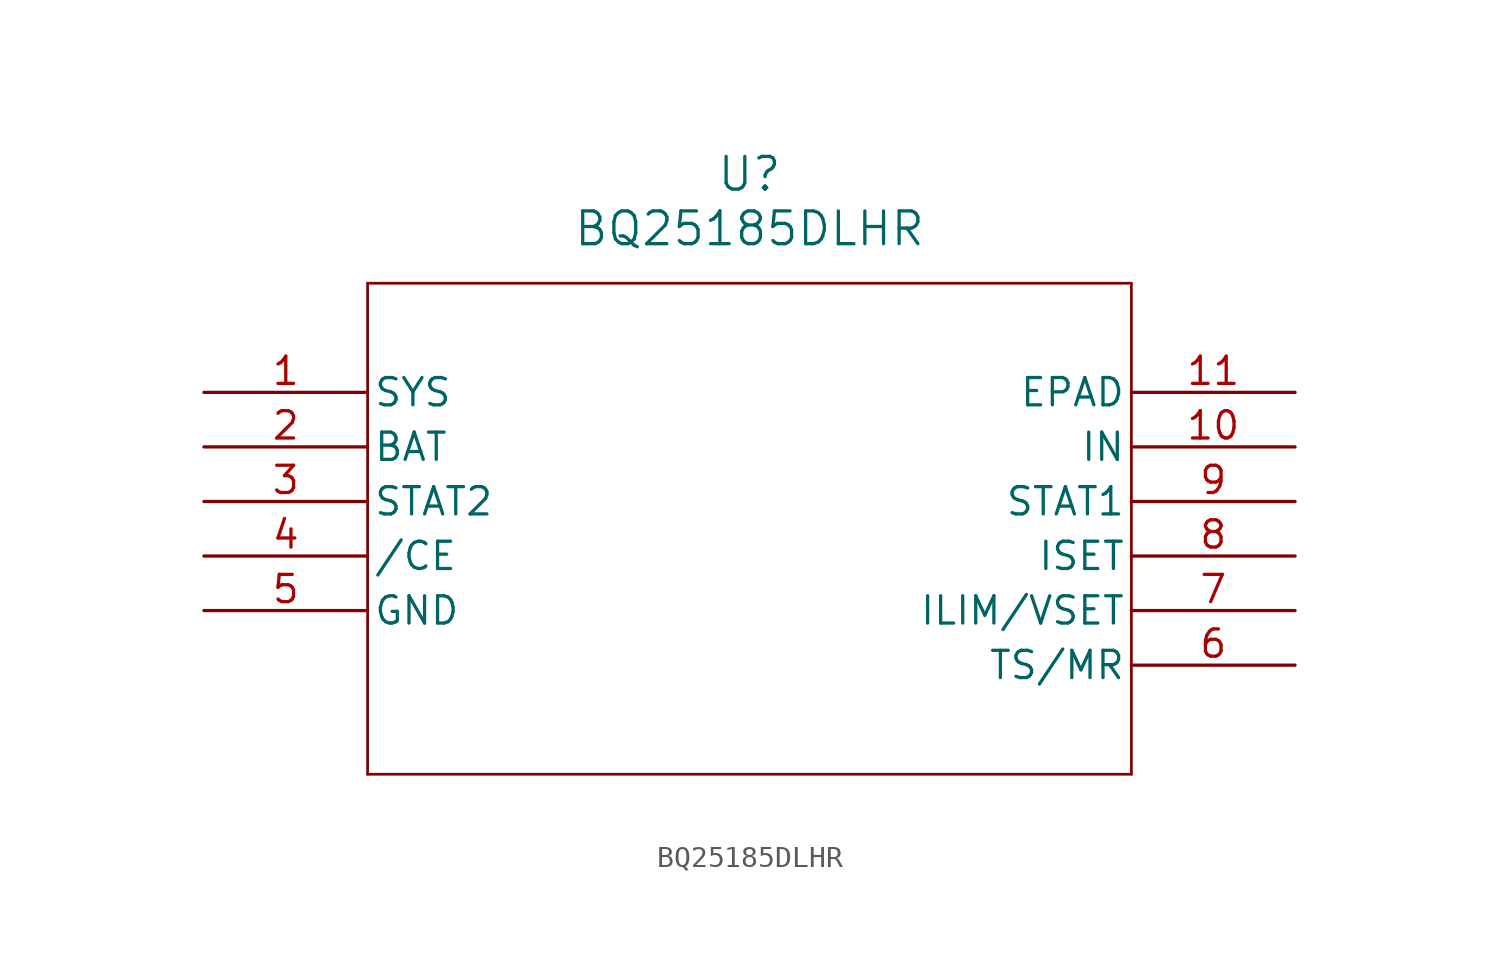
<source format=kicad_sym>
(kicad_symbol_lib
  (version 20241209)
  (generator "kicad_symbol_editor")
  (generator_version "9.0")
  (symbol "BQ25185DLHR"
    (pin_names
      (offset 0.254))
    (property "Reference" "U"
      (at 25.4 10.16 0)
      (effects (font (size 1.524 1.524))))
    (property "Value" "BQ25185DLHR"
      (at 25.4 7.62 0)
      (effects (font (size 1.524 1.524))))
    (property "ki_locked" ""
      (at 0 0 0)
      (effects (font (size 1.27 1.27))))
    (symbol "BQ25185DLHR_0_1"
      (polyline (pts (xy 7.62 5.08) (xy 7.62 -17.78)) (stroke (width 0.127) (type default)) (fill (type none)))
      (polyline (pts (xy 7.62 -17.78) (xy 43.18 -17.78)) (stroke (width 0.127) (type default)) (fill (type none)))
      (polyline (pts (xy 43.18 5.08) (xy 7.62 5.08)) (stroke (width 0.127) (type default)) (fill (type none)))
      (polyline (pts (xy 43.18 -17.78) (xy 43.18 5.08)) (stroke (width 0.127) (type default)) (fill (type none)))
      (pin power_in line (at 0 0 0) (length 7.62) (name "SYS" (effects (font (size 1.27 1.27)))) (number "1" (effects (font (size 1.27 1.27)))))
      (pin power_in line (at 0 -2.54 0) (length 7.62) (name "BAT" (effects (font (size 1.27 1.27)))) (number "2" (effects (font (size 1.27 1.27)))))
      (pin output line (at 0 -5.08 0) (length 7.62) (name "STAT2" (effects (font (size 1.27 1.27)))) (number "3" (effects (font (size 1.27 1.27)))))
      (pin input line (at 0 -7.62 0) (length 7.62) (name "/CE" (effects (font (size 1.27 1.27)))) (number "4" (effects (font (size 1.27 1.27)))))
      (pin power_out line (at 0 -10.16 0) (length 7.62) (name "GND" (effects (font (size 1.27 1.27)))) (number "5" (effects (font (size 1.27 1.27)))))
      (pin unspecified line (at 50.8 0 180) (length 7.62) (name "EPAD" (effects (font (size 1.27 1.27)))) (number "11" (effects (font (size 1.27 1.27)))))
      (pin input line (at 50.8 -2.54 180) (length 7.62) (name "IN" (effects (font (size 1.27 1.27)))) (number "10" (effects (font (size 1.27 1.27)))))
      (pin output line (at 50.8 -5.08 180) (length 7.62) (name "STAT1" (effects (font (size 1.27 1.27)))) (number "9" (effects (font (size 1.27 1.27)))))
      (pin bidirectional line (at 50.8 -7.62 180) (length 7.62) (name "ISET" (effects (font (size 1.27 1.27)))) (number "8" (effects (font (size 1.27 1.27)))))
      (pin bidirectional line (at 50.8 -10.16 180) (length 7.62) (name "ILIM/VSET" (effects (font (size 1.27 1.27)))) (number "7" (effects (font (size 1.27 1.27)))))
      (pin bidirectional line (at 50.8 -12.7 180) (length 7.62) (name "TS/MR" (effects (font (size 1.27 1.27)))) (number "6" (effects (font (size 1.27 1.27))))))))
</source>
